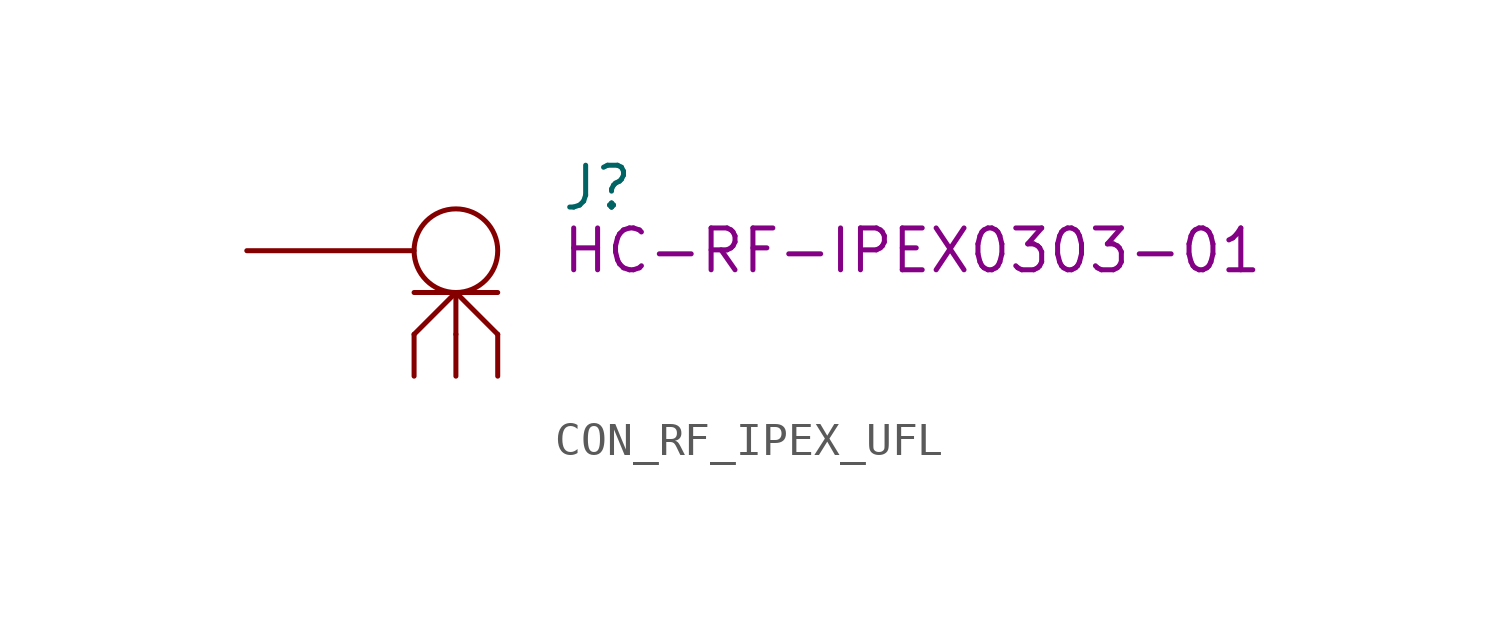
<source format=kicad_sym>
(kicad_symbol_lib
  (version 20211014)
  (generator kicad_symbol_editor)
  (symbol "CON_RF_IPEX_UFL"
    (pin_numbers hide)
    (pin_names
      (offset 1.016) hide)
    (property "Reference" "J"
      (at 4.445 1.905 0)
      (effects (font (size 1.27 1.27)) (justify left)))
    (property "Displayed Value" "HC-RF-IPEX0303-01"
      (at 4.445 0 0)
      (effects (font (size 1.27 1.27)) (justify left)))
    (symbol "CON_RF_IPEX_UFL_0_1"
      (polyline (pts (xy 0 -1.27) (xy 2.54 -1.27)) (stroke (width 0.152) (type default) (color 0 0 0 0)) (fill (type none)))
      (polyline (pts (xy 1.27 -2.54) (xy 1.27 -1.27)) (stroke (width 0.152) (type default) (color 0 0 0 0)) (fill (type none)))
      (polyline (pts (xy 0 -2.54) (xy 1.27 -1.27) (xy 2.54 -2.54)) (stroke (width 0.152) (type default) (color 0 0 0 0)) (fill (type none)))
      (circle (center 1.27 0) (radius 1.27) (stroke (width 0.152) (type default) (color 0 0 0 0)) (fill (type none))))
    (symbol "CON_RF_IPEX_UFL_1_1"
      (pin passive line (at -5.08 0 0) (length 5.08) (name "IN" (effects (font (size 1.27 1.27)))) (number "1" (effects (font (size 1.27 1.27)))))
      (pin passive line (at 1.27 -3.81 90) (length 1.27) (name "GND" (effects (font (size 1.27 1.27)))) (number "2" (effects (font (size 1.27 1.27)))))
      (pin passive line (at 0 -3.81 90) (length 1.27) (name "GND" (effects (font (size 1.27 1.27)))) (number "3" (effects (font (size 1.27 1.27)))))
      (pin passive line (at 2.54 -3.81 90) (length 1.27) (name "GND" (effects (font (size 1.27 1.27)))) (number "4" (effects (font (size 1.27 1.27))))))))
</source>
